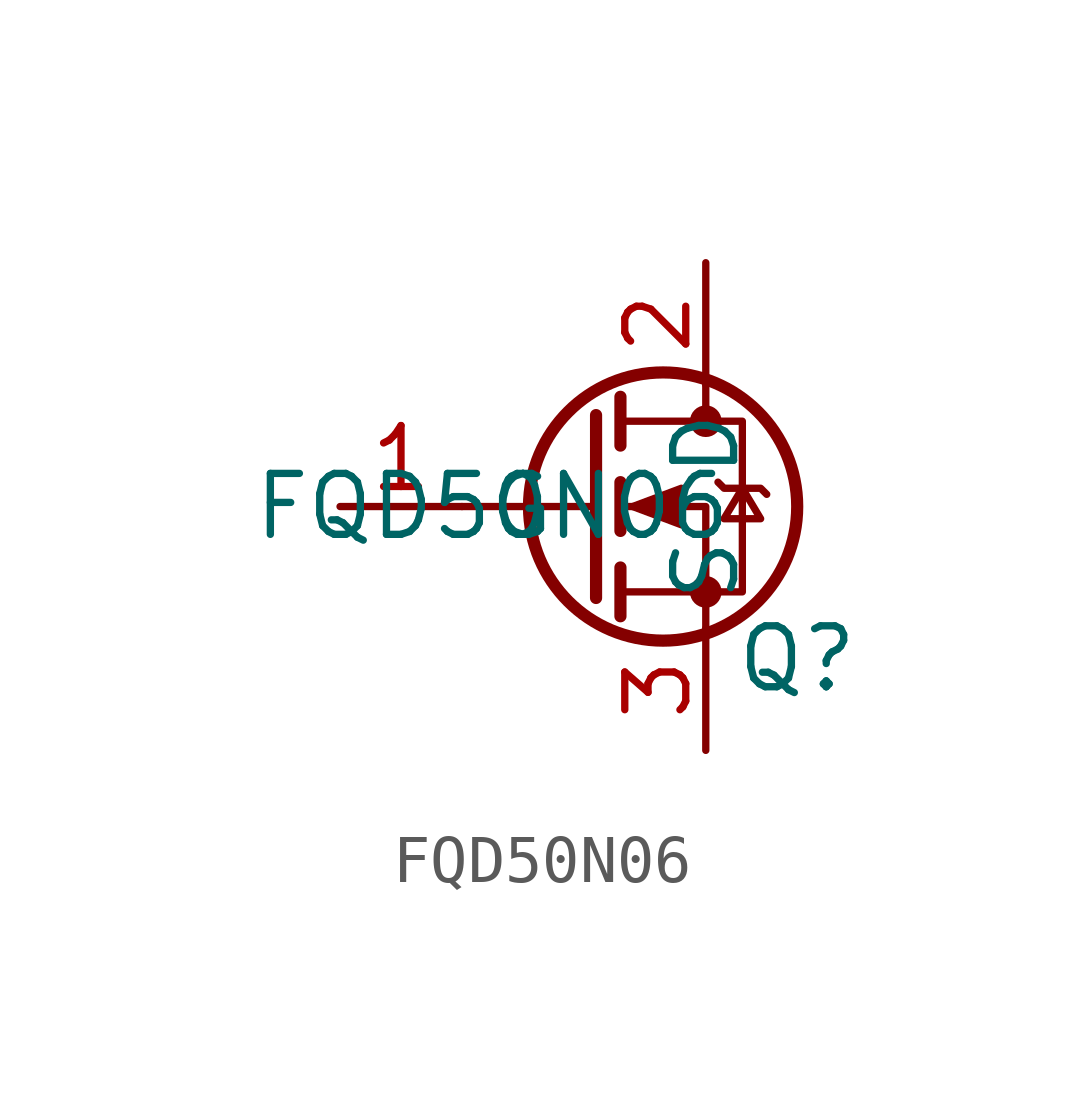
<source format=kicad_sym>
(kicad_symbol_lib
  (version 20231120)
  (generator "kicad_symbol_editor")
  (generator_version "8.0")
  (symbol "FQD50N06"
    (property "Reference" "Q"
      (at 5.715 -3.175 0)
      (effects (font (size 1.27 1.27))))
    (property "Value" "FQD50N06"
      (at -0.635 0 0)
      (effects (font (size 1.27 1.27))))
    (symbol "FQD50N06_0_1"
      (polyline (pts (xy 1.524 0) (xy -1.27 0)) (stroke (width 0) (type default)) (fill (type none)))
      (polyline (pts (xy 1.524 1.905) (xy 1.524 -1.905)) (stroke (width 0.254) (type default)) (fill (type none)))
      (polyline (pts (xy 2.032 -1.27) (xy 2.032 -2.286)) (stroke (width 0.254) (type default)) (fill (type none)))
      (polyline (pts (xy 2.032 0.508) (xy 2.032 -0.508)) (stroke (width 0.254) (type default)) (fill (type none)))
      (polyline (pts (xy 2.032 2.286) (xy 2.032 1.27)) (stroke (width 0.254) (type default)) (fill (type none)))
      (polyline (pts (xy 3.81 2.54) (xy 3.81 1.778)) (stroke (width 0) (type default)) (fill (type none)))
      (polyline (pts (xy 3.81 -2.54) (xy 3.81 0) (xy 2.032 0)) (stroke (width 0) (type default)) (fill (type none)))
      (polyline (pts (xy 2.032 -1.778) (xy 4.572 -1.778) (xy 4.572 1.778) (xy 2.032 1.778)) (stroke (width 0) (type default)) (fill (type none)))
      (polyline (pts (xy 2.286 0) (xy 3.302 0.381) (xy 3.302 -0.381) (xy 2.286 0)) (stroke (width 0) (type default)) (fill (type outline)))
      (polyline (pts (xy 4.064 0.508) (xy 4.191 0.381) (xy 4.953 0.381) (xy 5.08 0.254)) (stroke (width 0) (type default)) (fill (type none)))
      (polyline (pts (xy 4.572 0.381) (xy 4.191 -0.254) (xy 4.953 -0.254) (xy 4.572 0.381)) (stroke (width 0) (type default)) (fill (type none)))
      (circle (center 2.921 0) (radius 2.794) (stroke (width 0.254) (type default)) (fill (type none)))
      (circle (center 3.81 -1.778) (radius 0.254) (stroke (width 0) (type default)) (fill (type outline)))
      (circle (center 3.81 1.778) (radius 0.254) (stroke (width 0) (type default)) (fill (type outline))))
    (symbol "FQD50N06_1_1"
      (pin input line (at -3.81 0 0) (length 2.54) (name "G" (effects (font (size 1.27 1.27)))) (number "1" (effects (font (size 1.27 1.27)))))
      (pin passive line (at 3.81 5.08 270) (length 2.54) (name "D" (effects (font (size 1.27 1.27)))) (number "2" (effects (font (size 1.27 1.27)))))
      (pin passive line (at 3.81 -5.08 90) (length 2.54) (name "S" (effects (font (size 1.27 1.27)))) (number "3" (effects (font (size 1.27 1.27))))))))
</source>
